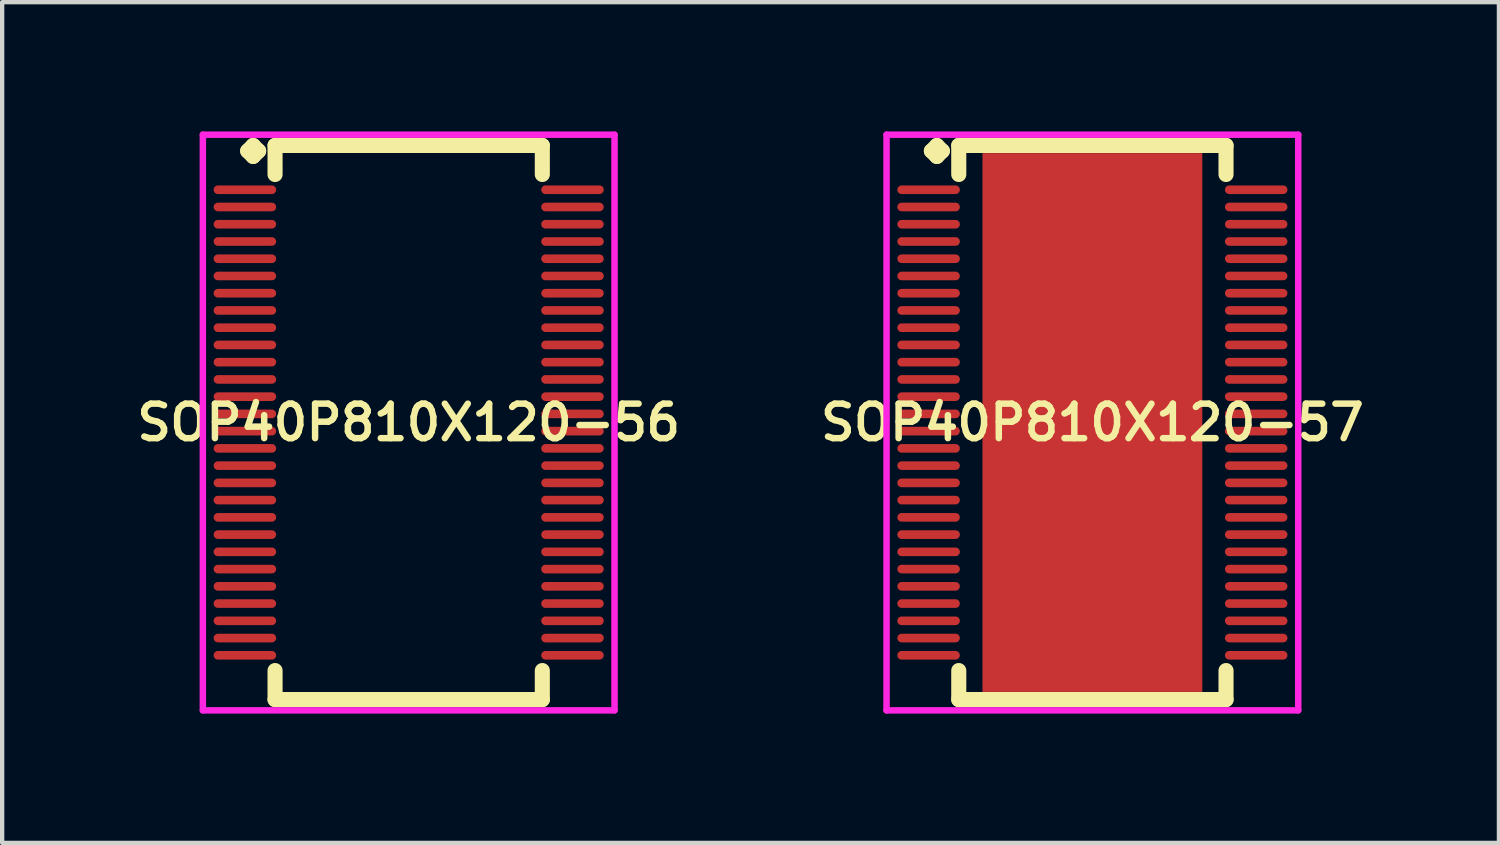
<source format=kicad_pcb>
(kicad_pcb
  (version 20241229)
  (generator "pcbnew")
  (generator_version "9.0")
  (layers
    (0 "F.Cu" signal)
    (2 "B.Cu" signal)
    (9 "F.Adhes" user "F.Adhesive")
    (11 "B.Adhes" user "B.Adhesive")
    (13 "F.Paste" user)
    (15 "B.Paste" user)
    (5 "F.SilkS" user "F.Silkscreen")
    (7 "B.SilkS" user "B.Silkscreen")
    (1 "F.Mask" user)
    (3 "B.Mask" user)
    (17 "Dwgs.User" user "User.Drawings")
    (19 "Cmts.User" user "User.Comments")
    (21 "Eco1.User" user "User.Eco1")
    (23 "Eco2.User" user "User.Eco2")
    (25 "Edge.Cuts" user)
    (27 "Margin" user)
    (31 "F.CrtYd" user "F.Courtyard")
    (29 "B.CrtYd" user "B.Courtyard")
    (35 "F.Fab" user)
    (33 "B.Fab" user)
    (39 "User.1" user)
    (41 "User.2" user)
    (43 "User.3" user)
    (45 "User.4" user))
  (footprint "SOP40P810X120-57"
    (layer "F.Cu")
    (at 22.292 6.752)
    (property "Reference" "SOP40P810X120-57" (at 0 0 0) (layer "F.SilkS") (effects (font (size 0.8 0.8) (thickness 0.15))))
    (attr smd)
    (fp_line (start -3.735 -6.3) (end -3.608 -6.427) (stroke (width 0.35) (type solid)) (layer "F.SilkS"))
    (fp_line (start -3.608 -6.427) (end -3.481 -6.3) (stroke (width 0.35) (type solid)) (layer "F.SilkS"))
    (fp_line (start -3.608 -6.173) (end -3.735 -6.3) (stroke (width 0.35) (type solid)) (layer "F.SilkS"))
    (fp_line (start -3.481 -6.3) (end -3.608 -6.173) (stroke (width 0.35) (type solid)) (layer "F.SilkS"))
    (fp_line (start -3.1 -6.427) (end 3.1 -6.427) (stroke (width 0.35) (type solid)) (layer "F.SilkS"))
    (fp_line (start -3.1 -5.754) (end -3.1 -6.427) (stroke (width 0.35) (type solid)) (layer "F.SilkS"))
    (fp_line (start -3.1 5.754) (end -3.1 6.427) (stroke (width 0.35) (type solid)) (layer "F.SilkS"))
    (fp_line (start -3.1 6.427) (end 3.1 6.427) (stroke (width 0.35) (type solid)) (layer "F.SilkS"))
    (fp_line (start 3.1 -6.427) (end 3.1 -5.754) (stroke (width 0.35) (type solid)) (layer "F.SilkS"))
    (fp_line (start 3.1 6.427) (end 3.1 5.754) (stroke (width 0.35) (type solid)) (layer "F.SilkS"))
    (fp_line (start -4.775 -6.677) (end 4.775 -6.677) (stroke (width 0.15) (type solid)) (layer "F.CrtYd"))
    (fp_line (start -4.775 6.677) (end -4.775 -6.677) (stroke (width 0.15) (type solid)) (layer "F.CrtYd"))
    (fp_line (start 4.775 -6.677) (end 4.775 6.677) (stroke (width 0.15) (type solid)) (layer "F.CrtYd"))
    (fp_line (start 4.775 6.677) (end -4.775 6.677) (stroke (width 0.15) (type solid)) (layer "F.CrtYd"))
    (pad "1" smd oval (at -3.8 -5.4) (size 1.45 0.2) (layers "F.Cu" "F.Mask" "F.Paste"))
    (pad "2" smd oval (at -3.8 -5) (size 1.45 0.2) (layers "F.Cu" "F.Mask" "F.Paste"))
    (pad "3" smd oval (at -3.8 -4.6) (size 1.45 0.2) (layers "F.Cu" "F.Mask" "F.Paste"))
    (pad "4" smd oval (at -3.8 -4.2) (size 1.45 0.2) (layers "F.Cu" "F.Mask" "F.Paste"))
    (pad "5" smd oval (at -3.8 -3.8) (size 1.45 0.2) (layers "F.Cu" "F.Mask" "F.Paste"))
    (pad "6" smd oval (at -3.8 -3.4) (size 1.45 0.2) (layers "F.Cu" "F.Mask" "F.Paste"))
    (pad "7" smd oval (at -3.8 -3) (size 1.45 0.2) (layers "F.Cu" "F.Mask" "F.Paste"))
    (pad "8" smd oval (at -3.8 -2.6) (size 1.45 0.2) (layers "F.Cu" "F.Mask" "F.Paste"))
    (pad "9" smd oval (at -3.8 -2.2) (size 1.45 0.2) (layers "F.Cu" "F.Mask" "F.Paste"))
    (pad "10" smd oval (at -3.8 -1.8) (size 1.45 0.2) (layers "F.Cu" "F.Mask" "F.Paste"))
    (pad "11" smd oval (at -3.8 -1.4) (size 1.45 0.2) (layers "F.Cu" "F.Mask" "F.Paste"))
    (pad "12" smd oval (at -3.8 -1) (size 1.45 0.2) (layers "F.Cu" "F.Mask" "F.Paste"))
    (pad "13" smd oval (at -3.8 -0.6) (size 1.45 0.2) (layers "F.Cu" "F.Mask" "F.Paste"))
    (pad "14" smd oval (at -3.8 -0.2) (size 1.45 0.2) (layers "F.Cu" "F.Mask" "F.Paste"))
    (pad "15" smd oval (at -3.8 0.2) (size 1.45 0.2) (layers "F.Cu" "F.Mask" "F.Paste"))
    (pad "16" smd oval (at -3.8 0.6) (size 1.45 0.2) (layers "F.Cu" "F.Mask" "F.Paste"))
    (pad "17" smd oval (at -3.8 1) (size 1.45 0.2) (layers "F.Cu" "F.Mask" "F.Paste"))
    (pad "18" smd oval (at -3.8 1.4) (size 1.45 0.2) (layers "F.Cu" "F.Mask" "F.Paste"))
    (pad "19" smd oval (at -3.8 1.8) (size 1.45 0.2) (layers "F.Cu" "F.Mask" "F.Paste"))
    (pad "20" smd oval (at -3.8 2.2) (size 1.45 0.2) (layers "F.Cu" "F.Mask" "F.Paste"))
    (pad "21" smd oval (at -3.8 2.6) (size 1.45 0.2) (layers "F.Cu" "F.Mask" "F.Paste"))
    (pad "22" smd oval (at -3.8 3) (size 1.45 0.2) (layers "F.Cu" "F.Mask" "F.Paste"))
    (pad "23" smd oval (at -3.8 3.4) (size 1.45 0.2) (layers "F.Cu" "F.Mask" "F.Paste"))
    (pad "24" smd oval (at -3.8 3.8) (size 1.45 0.2) (layers "F.Cu" "F.Mask" "F.Paste"))
    (pad "25" smd oval (at -3.8 4.2) (size 1.45 0.2) (layers "F.Cu" "F.Mask" "F.Paste"))
    (pad "26" smd oval (at -3.8 4.6) (size 1.45 0.2) (layers "F.Cu" "F.Mask" "F.Paste"))
    (pad "27" smd oval (at -3.8 5) (size 1.45 0.2) (layers "F.Cu" "F.Mask" "F.Paste"))
    (pad "28" smd oval (at -3.8 5.4) (size 1.45 0.2) (layers "F.Cu" "F.Mask" "F.Paste"))
    (pad "29" smd oval (at 3.8 5.4) (size 1.45 0.2) (layers "F.Cu" "F.Mask" "F.Paste"))
    (pad "30" smd oval (at 3.8 5) (size 1.45 0.2) (layers "F.Cu" "F.Mask" "F.Paste"))
    (pad "31" smd oval (at 3.8 4.6) (size 1.45 0.2) (layers "F.Cu" "F.Mask" "F.Paste"))
    (pad "32" smd oval (at 3.8 4.2) (size 1.45 0.2) (layers "F.Cu" "F.Mask" "F.Paste"))
    (pad "33" smd oval (at 3.8 3.8) (size 1.45 0.2) (layers "F.Cu" "F.Mask" "F.Paste"))
    (pad "34" smd oval (at 3.8 3.4) (size 1.45 0.2) (layers "F.Cu" "F.Mask" "F.Paste"))
    (pad "35" smd oval (at 3.8 3) (size 1.45 0.2) (layers "F.Cu" "F.Mask" "F.Paste"))
    (pad "36" smd oval (at 3.8 2.6) (size 1.45 0.2) (layers "F.Cu" "F.Mask" "F.Paste"))
    (pad "37" smd oval (at 3.8 2.2) (size 1.45 0.2) (layers "F.Cu" "F.Mask" "F.Paste"))
    (pad "38" smd oval (at 3.8 1.8) (size 1.45 0.2) (layers "F.Cu" "F.Mask" "F.Paste"))
    (pad "39" smd oval (at 3.8 1.4) (size 1.45 0.2) (layers "F.Cu" "F.Mask" "F.Paste"))
    (pad "40" smd oval (at 3.8 1) (size 1.45 0.2) (layers "F.Cu" "F.Mask" "F.Paste"))
    (pad "41" smd oval (at 3.8 0.6) (size 1.45 0.2) (layers "F.Cu" "F.Mask" "F.Paste"))
    (pad "42" smd oval (at 3.8 0.2) (size 1.45 0.2) (layers "F.Cu" "F.Mask" "F.Paste"))
    (pad "43" smd oval (at 3.8 -0.2) (size 1.45 0.2) (layers "F.Cu" "F.Mask" "F.Paste"))
    (pad "44" smd oval (at 3.8 -0.6) (size 1.45 0.2) (layers "F.Cu" "F.Mask" "F.Paste"))
    (pad "45" smd oval (at 3.8 -1) (size 1.45 0.2) (layers "F.Cu" "F.Mask" "F.Paste"))
    (pad "46" smd oval (at 3.8 -1.4) (size 1.45 0.2) (layers "F.Cu" "F.Mask" "F.Paste"))
    (pad "47" smd oval (at 3.8 -1.8) (size 1.45 0.2) (layers "F.Cu" "F.Mask" "F.Paste"))
    (pad "48" smd oval (at 3.8 -2.2) (size 1.45 0.2) (layers "F.Cu" "F.Mask" "F.Paste"))
    (pad "49" smd oval (at 3.8 -2.6) (size 1.45 0.2) (layers "F.Cu" "F.Mask" "F.Paste"))
    (pad "50" smd oval (at 3.8 -3) (size 1.45 0.2) (layers "F.Cu" "F.Mask" "F.Paste"))
    (pad "51" smd oval (at 3.8 -3.4) (size 1.45 0.2) (layers "F.Cu" "F.Mask" "F.Paste"))
    (pad "52" smd oval (at 3.8 -3.8) (size 1.45 0.2) (layers "F.Cu" "F.Mask" "F.Paste"))
    (pad "53" smd oval (at 3.8 -4.2) (size 1.45 0.2) (layers "F.Cu" "F.Mask" "F.Paste"))
    (pad "54" smd oval (at 3.8 -4.6) (size 1.45 0.2) (layers "F.Cu" "F.Mask" "F.Paste"))
    (pad "55" smd oval (at 3.8 -5) (size 1.45 0.2) (layers "F.Cu" "F.Mask" "F.Paste"))
    (pad "56" smd oval (at 3.8 -5.4) (size 1.45 0.2) (layers "F.Cu" "F.Mask" "F.Paste"))
    (pad "57" smd rect (at 0 0) (size 5.1 12.5) (layers "F.Cu" "F.Mask" "F.Paste")))
  (footprint "SOP40P810X120-56"
    (layer "F.Cu")
    (at 6.431 6.752)
    (property "Reference" "SOP40P810X120-56" (at 0 0 0) (layer "F.SilkS") (effects (font (size 0.8 0.8) (thickness 0.15))))
    (attr smd)
    (fp_line (start -3.735 -6.3) (end -3.608 -6.427) (stroke (width 0.35) (type solid)) (layer "F.SilkS"))
    (fp_line (start -3.608 -6.427) (end -3.481 -6.3) (stroke (width 0.35) (type solid)) (layer "F.SilkS"))
    (fp_line (start -3.608 -6.173) (end -3.735 -6.3) (stroke (width 0.35) (type solid)) (layer "F.SilkS"))
    (fp_line (start -3.481 -6.3) (end -3.608 -6.173) (stroke (width 0.35) (type solid)) (layer "F.SilkS"))
    (fp_line (start -3.1 -6.427) (end 3.1 -6.427) (stroke (width 0.35) (type solid)) (layer "F.SilkS"))
    (fp_line (start -3.1 -5.754) (end -3.1 -6.427) (stroke (width 0.35) (type solid)) (layer "F.SilkS"))
    (fp_line (start -3.1 5.754) (end -3.1 6.427) (stroke (width 0.35) (type solid)) (layer "F.SilkS"))
    (fp_line (start -3.1 6.427) (end 3.1 6.427) (stroke (width 0.35) (type solid)) (layer "F.SilkS"))
    (fp_line (start 3.1 -6.427) (end 3.1 -5.754) (stroke (width 0.35) (type solid)) (layer "F.SilkS"))
    (fp_line (start 3.1 6.427) (end 3.1 5.754) (stroke (width 0.35) (type solid)) (layer "F.SilkS"))
    (fp_line (start -4.775 -6.677) (end 4.775 -6.677) (stroke (width 0.15) (type solid)) (layer "F.CrtYd"))
    (fp_line (start -4.775 6.677) (end -4.775 -6.677) (stroke (width 0.15) (type solid)) (layer "F.CrtYd"))
    (fp_line (start 4.775 -6.677) (end 4.775 6.677) (stroke (width 0.15) (type solid)) (layer "F.CrtYd"))
    (fp_line (start 4.775 6.677) (end -4.775 6.677) (stroke (width 0.15) (type solid)) (layer "F.CrtYd"))
    (pad "1" smd oval (at -3.8 -5.4) (size 1.45 0.2) (layers "F.Cu" "F.Mask" "F.Paste"))
    (pad "2" smd oval (at -3.8 -5) (size 1.45 0.2) (layers "F.Cu" "F.Mask" "F.Paste"))
    (pad "3" smd oval (at -3.8 -4.6) (size 1.45 0.2) (layers "F.Cu" "F.Mask" "F.Paste"))
    (pad "4" smd oval (at -3.8 -4.2) (size 1.45 0.2) (layers "F.Cu" "F.Mask" "F.Paste"))
    (pad "5" smd oval (at -3.8 -3.8) (size 1.45 0.2) (layers "F.Cu" "F.Mask" "F.Paste"))
    (pad "6" smd oval (at -3.8 -3.4) (size 1.45 0.2) (layers "F.Cu" "F.Mask" "F.Paste"))
    (pad "7" smd oval (at -3.8 -3) (size 1.45 0.2) (layers "F.Cu" "F.Mask" "F.Paste"))
    (pad "8" smd oval (at -3.8 -2.6) (size 1.45 0.2) (layers "F.Cu" "F.Mask" "F.Paste"))
    (pad "9" smd oval (at -3.8 -2.2) (size 1.45 0.2) (layers "F.Cu" "F.Mask" "F.Paste"))
    (pad "10" smd oval (at -3.8 -1.8) (size 1.45 0.2) (layers "F.Cu" "F.Mask" "F.Paste"))
    (pad "11" smd oval (at -3.8 -1.4) (size 1.45 0.2) (layers "F.Cu" "F.Mask" "F.Paste"))
    (pad "12" smd oval (at -3.8 -1) (size 1.45 0.2) (layers "F.Cu" "F.Mask" "F.Paste"))
    (pad "13" smd oval (at -3.8 -0.6) (size 1.45 0.2) (layers "F.Cu" "F.Mask" "F.Paste"))
    (pad "14" smd oval (at -3.8 -0.2) (size 1.45 0.2) (layers "F.Cu" "F.Mask" "F.Paste"))
    (pad "15" smd oval (at -3.8 0.2) (size 1.45 0.2) (layers "F.Cu" "F.Mask" "F.Paste"))
    (pad "16" smd oval (at -3.8 0.6) (size 1.45 0.2) (layers "F.Cu" "F.Mask" "F.Paste"))
    (pad "17" smd oval (at -3.8 1) (size 1.45 0.2) (layers "F.Cu" "F.Mask" "F.Paste"))
    (pad "18" smd oval (at -3.8 1.4) (size 1.45 0.2) (layers "F.Cu" "F.Mask" "F.Paste"))
    (pad "19" smd oval (at -3.8 1.8) (size 1.45 0.2) (layers "F.Cu" "F.Mask" "F.Paste"))
    (pad "20" smd oval (at -3.8 2.2) (size 1.45 0.2) (layers "F.Cu" "F.Mask" "F.Paste"))
    (pad "21" smd oval (at -3.8 2.6) (size 1.45 0.2) (layers "F.Cu" "F.Mask" "F.Paste"))
    (pad "22" smd oval (at -3.8 3) (size 1.45 0.2) (layers "F.Cu" "F.Mask" "F.Paste"))
    (pad "23" smd oval (at -3.8 3.4) (size 1.45 0.2) (layers "F.Cu" "F.Mask" "F.Paste"))
    (pad "24" smd oval (at -3.8 3.8) (size 1.45 0.2) (layers "F.Cu" "F.Mask" "F.Paste"))
    (pad "25" smd oval (at -3.8 4.2) (size 1.45 0.2) (layers "F.Cu" "F.Mask" "F.Paste"))
    (pad "26" smd oval (at -3.8 4.6) (size 1.45 0.2) (layers "F.Cu" "F.Mask" "F.Paste"))
    (pad "27" smd oval (at -3.8 5) (size 1.45 0.2) (layers "F.Cu" "F.Mask" "F.Paste"))
    (pad "28" smd oval (at -3.8 5.4) (size 1.45 0.2) (layers "F.Cu" "F.Mask" "F.Paste"))
    (pad "29" smd oval (at 3.8 5.4) (size 1.45 0.2) (layers "F.Cu" "F.Mask" "F.Paste"))
    (pad "30" smd oval (at 3.8 5) (size 1.45 0.2) (layers "F.Cu" "F.Mask" "F.Paste"))
    (pad "31" smd oval (at 3.8 4.6) (size 1.45 0.2) (layers "F.Cu" "F.Mask" "F.Paste"))
    (pad "32" smd oval (at 3.8 4.2) (size 1.45 0.2) (layers "F.Cu" "F.Mask" "F.Paste"))
    (pad "33" smd oval (at 3.8 3.8) (size 1.45 0.2) (layers "F.Cu" "F.Mask" "F.Paste"))
    (pad "34" smd oval (at 3.8 3.4) (size 1.45 0.2) (layers "F.Cu" "F.Mask" "F.Paste"))
    (pad "35" smd oval (at 3.8 3) (size 1.45 0.2) (layers "F.Cu" "F.Mask" "F.Paste"))
    (pad "36" smd oval (at 3.8 2.6) (size 1.45 0.2) (layers "F.Cu" "F.Mask" "F.Paste"))
    (pad "37" smd oval (at 3.8 2.2) (size 1.45 0.2) (layers "F.Cu" "F.Mask" "F.Paste"))
    (pad "38" smd oval (at 3.8 1.8) (size 1.45 0.2) (layers "F.Cu" "F.Mask" "F.Paste"))
    (pad "39" smd oval (at 3.8 1.4) (size 1.45 0.2) (layers "F.Cu" "F.Mask" "F.Paste"))
    (pad "40" smd oval (at 3.8 1) (size 1.45 0.2) (layers "F.Cu" "F.Mask" "F.Paste"))
    (pad "41" smd oval (at 3.8 0.6) (size 1.45 0.2) (layers "F.Cu" "F.Mask" "F.Paste"))
    (pad "42" smd oval (at 3.8 0.2) (size 1.45 0.2) (layers "F.Cu" "F.Mask" "F.Paste"))
    (pad "43" smd oval (at 3.8 -0.2) (size 1.45 0.2) (layers "F.Cu" "F.Mask" "F.Paste"))
    (pad "44" smd oval (at 3.8 -0.6) (size 1.45 0.2) (layers "F.Cu" "F.Mask" "F.Paste"))
    (pad "45" smd oval (at 3.8 -1) (size 1.45 0.2) (layers "F.Cu" "F.Mask" "F.Paste"))
    (pad "46" smd oval (at 3.8 -1.4) (size 1.45 0.2) (layers "F.Cu" "F.Mask" "F.Paste"))
    (pad "47" smd oval (at 3.8 -1.8) (size 1.45 0.2) (layers "F.Cu" "F.Mask" "F.Paste"))
    (pad "48" smd oval (at 3.8 -2.2) (size 1.45 0.2) (layers "F.Cu" "F.Mask" "F.Paste"))
    (pad "49" smd oval (at 3.8 -2.6) (size 1.45 0.2) (layers "F.Cu" "F.Mask" "F.Paste"))
    (pad "50" smd oval (at 3.8 -3) (size 1.45 0.2) (layers "F.Cu" "F.Mask" "F.Paste"))
    (pad "51" smd oval (at 3.8 -3.4) (size 1.45 0.2) (layers "F.Cu" "F.Mask" "F.Paste"))
    (pad "52" smd oval (at 3.8 -3.8) (size 1.45 0.2) (layers "F.Cu" "F.Mask" "F.Paste"))
    (pad "53" smd oval (at 3.8 -4.2) (size 1.45 0.2) (layers "F.Cu" "F.Mask" "F.Paste"))
    (pad "54" smd oval (at 3.8 -4.6) (size 1.45 0.2) (layers "F.Cu" "F.Mask" "F.Paste"))
    (pad "55" smd oval (at 3.8 -5) (size 1.45 0.2) (layers "F.Cu" "F.Mask" "F.Paste"))
    (pad "56" smd oval (at 3.8 -5.4) (size 1.45 0.2) (layers "F.Cu" "F.Mask" "F.Paste")))
  (gr_rect
    (start -3 -3)
    (end 31.723 16.504)
    (stroke (width 0.1) (type default))
    (fill no)
    (layer "Edge.Cuts")))
</source>
